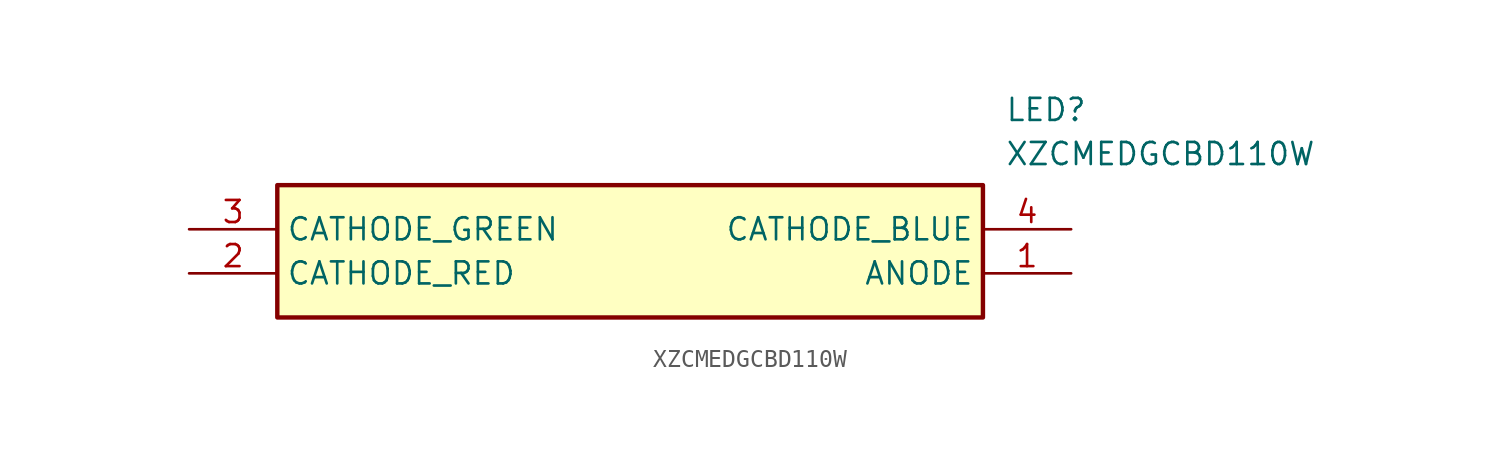
<source format=kicad_sym>
(kicad_symbol_lib
  (version 20211014)
  (generator SamacSys_ECAD_Model)
  (symbol "XZCMEDGCBD110W"
    (property "Reference" "LED"
      (at 46.99 7.62 0)
      (effects (font (size 1.27 1.27)) (justify left top)))
    (property "Value" "XZCMEDGCBD110W"
      (at 46.99 5.08 0)
      (effects (font (size 1.27 1.27)) (justify left top)))
    (rectangle
      (start 5.08 2.54)
      (end 45.72 -5.08)
      (stroke (width 0.254) (type default))
      (fill (type background)))
    (pin passive line
      (at 50.8 -2.54 180)
      (length 5.08)
      (name "ANODE" (effects (font (size 1.27 1.27))))
      (number "1" (effects (font (size 1.27 1.27)))))
    (pin passive line
      (at 0 -2.54 0)
      (length 5.08)
      (name "CATHODE_RED" (effects (font (size 1.27 1.27))))
      (number "2" (effects (font (size 1.27 1.27)))))
    (pin passive line
      (at 0 0 0)
      (length 5.08)
      (name "CATHODE_GREEN" (effects (font (size 1.27 1.27))))
      (number "3" (effects (font (size 1.27 1.27)))))
    (pin passive line
      (at 50.8 0 180)
      (length 5.08)
      (name "CATHODE_BLUE" (effects (font (size 1.27 1.27))))
      (number "4" (effects (font (size 1.27 1.27)))))))
</source>
